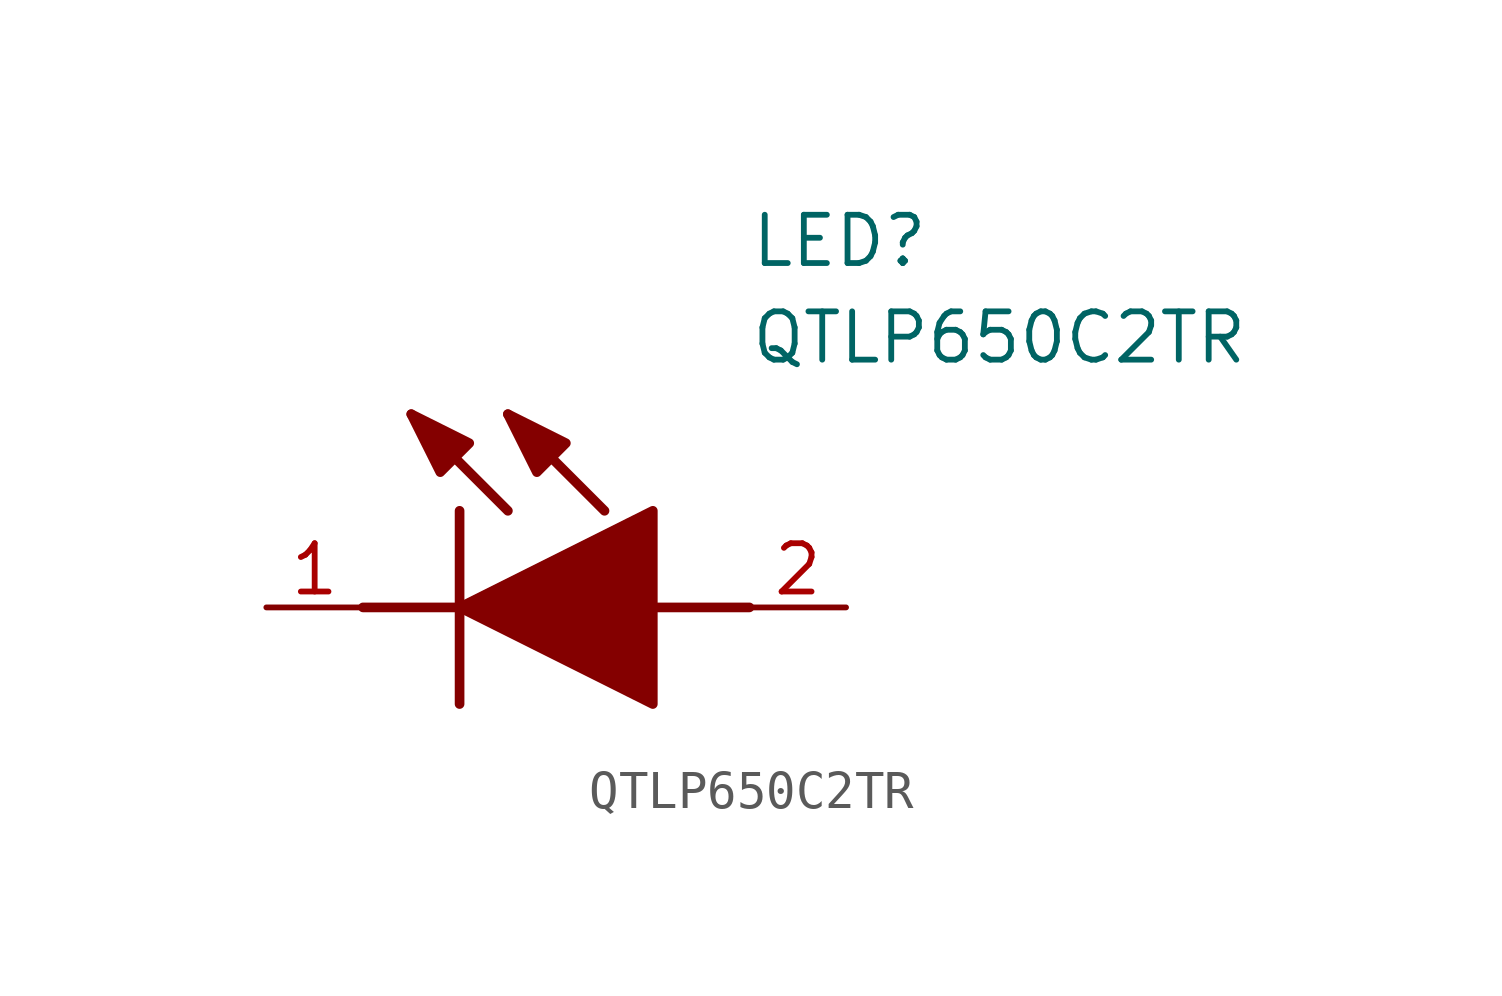
<source format=kicad_sym>
(kicad_symbol_lib
  (version 20220914)
  (generator kicad_symbol_editor)
  (symbol "QTLP650C2TR"
    (pin_names hide)
    (property "Reference" "LED"
      (at 12.7 8.89 0)
      (effects (font (size 1.27 1.27)) (justify left bottom)))
    (property "Value" "QTLP650C2TR"
      (at 12.7 6.35 0)
      (effects (font (size 1.27 1.27)) (justify left bottom)))
    (symbol "QTLP650C2TR_1_1"
      (polyline (pts (xy 2.54 0) (xy 5.08 0)) (stroke (width 0.254) (type default)) (fill (type none)))
      (polyline (pts (xy 5.08 2.54) (xy 5.08 -2.54)) (stroke (width 0.254) (type default)) (fill (type none)))
      (polyline (pts (xy 6.35 2.54) (xy 3.81 5.08)) (stroke (width 0.254) (type default)) (fill (type none)))
      (polyline (pts (xy 8.89 2.54) (xy 6.35 5.08)) (stroke (width 0.254) (type default)) (fill (type none)))
      (polyline (pts (xy 10.16 0) (xy 12.7 0)) (stroke (width 0.254) (type default)) (fill (type none)))
      (polyline (pts (xy 5.08 0) (xy 10.16 2.54) (xy 10.16 -2.54) (xy 5.08 0)) (stroke (width 0.254) (type default)) (fill (type outline)))
      (polyline (pts (xy 5.334 4.318) (xy 4.572 3.556) (xy 3.81 5.08) (xy 5.334 4.318)) (stroke (width 0.254) (type default)) (fill (type outline)))
      (polyline (pts (xy 7.874 4.318) (xy 7.112 3.556) (xy 6.35 5.08) (xy 7.874 4.318)) (stroke (width 0.254) (type default)) (fill (type outline)))
      (pin passive line (at 0 0 0) (length 2.54) (name "K" (effects (font (size 1.27 1.27)))) (number "1" (effects (font (size 1.27 1.27)))))
      (pin passive line (at 15.24 0 180) (length 2.54) (name "A" (effects (font (size 1.27 1.27)))) (number "2" (effects (font (size 1.27 1.27))))))))
</source>
